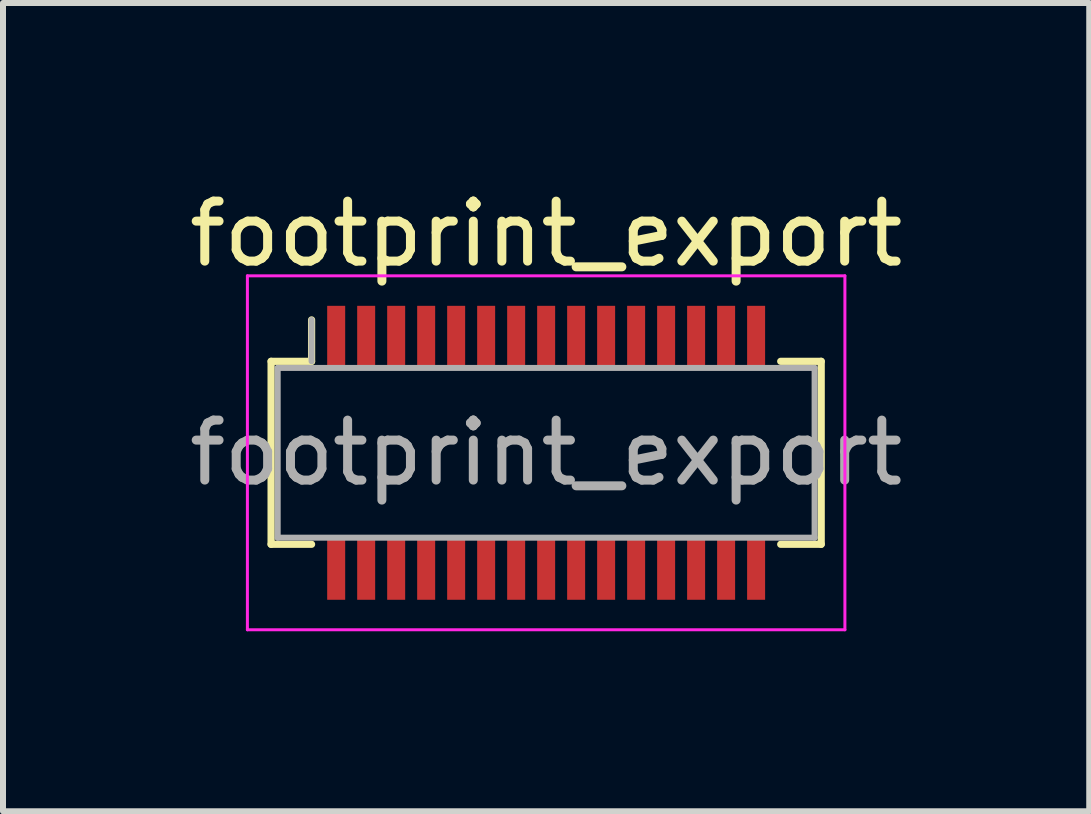
<source format=kicad_pcb>
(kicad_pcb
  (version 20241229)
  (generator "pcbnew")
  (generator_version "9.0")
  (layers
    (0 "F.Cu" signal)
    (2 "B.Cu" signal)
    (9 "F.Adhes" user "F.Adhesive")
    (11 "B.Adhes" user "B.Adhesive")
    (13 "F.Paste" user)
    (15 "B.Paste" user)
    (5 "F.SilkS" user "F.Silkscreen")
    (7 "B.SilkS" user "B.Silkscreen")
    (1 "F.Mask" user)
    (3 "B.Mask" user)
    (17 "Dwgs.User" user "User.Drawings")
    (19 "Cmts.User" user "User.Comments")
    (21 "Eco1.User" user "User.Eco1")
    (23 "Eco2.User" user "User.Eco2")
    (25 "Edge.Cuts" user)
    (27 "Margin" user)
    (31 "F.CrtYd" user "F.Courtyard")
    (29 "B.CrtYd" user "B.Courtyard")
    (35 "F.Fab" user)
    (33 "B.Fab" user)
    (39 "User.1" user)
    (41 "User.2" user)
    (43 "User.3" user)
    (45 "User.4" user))
  (footprint "footprint_export"
    (layer "F.Cu")
    (at 6.054 4.498)
    (property "Reference" "footprint_export" (at 0 -3.65 0) (layer "F.SilkS") (effects (font (size 1 1) (thickness 0.15))))
    (attr smd)
    (fp_line (start -4.585 -1.525) (end -3.91 -1.525) (stroke (width 0.12) (type solid)) (layer "F.SilkS"))
    (fp_line (start -4.585 1.525) (end -4.585 -1.525) (stroke (width 0.12) (type solid)) (layer "F.SilkS"))
    (fp_line (start -3.91 -1.525) (end -3.91 -2.215) (stroke (width 0.12) (type solid)) (layer "F.SilkS"))
    (fp_line (start -3.91 1.525) (end -4.585 1.525) (stroke (width 0.12) (type solid)) (layer "F.SilkS"))
    (fp_line (start 3.91 1.525) (end 4.585 1.525) (stroke (width 0.12) (type solid)) (layer "F.SilkS"))
    (fp_line (start 4.585 -1.525) (end 3.91 -1.525) (stroke (width 0.12) (type solid)) (layer "F.SilkS"))
    (fp_line (start 4.585 1.525) (end 4.585 -1.525) (stroke (width 0.12) (type solid)) (layer "F.SilkS"))
    (fp_line (start -4.98 -2.95) (end -4.98 2.95) (stroke (width 0.05) (type solid)) (layer "F.CrtYd"))
    (fp_line (start -4.98 2.95) (end 4.98 2.95) (stroke (width 0.05) (type solid)) (layer "F.CrtYd"))
    (fp_line (start 4.98 -2.95) (end -4.98 -2.95) (stroke (width 0.05) (type solid)) (layer "F.CrtYd"))
    (fp_line (start 4.98 2.95) (end 4.98 -2.95) (stroke (width 0.05) (type solid)) (layer "F.CrtYd"))
    (fp_line (start -4.475 -1.415) (end -4.475 1.415) (stroke (width 0.1) (type solid)) (layer "F.Fab"))
    (fp_line (start -4.475 1.415) (end 4.475 1.415) (stroke (width 0.1) (type solid)) (layer "F.Fab"))
    (fp_line (start -3.91 -1.525) (end -3.91 -2.215) (stroke (width 0.1) (type solid)) (layer "F.Fab"))
    (fp_line (start 4.475 -1.415) (end -4.475 -1.415) (stroke (width 0.1) (type solid)) (layer "F.Fab"))
    (fp_line (start 4.475 1.415) (end 4.475 -1.415) (stroke (width 0.1) (type solid)) (layer "F.Fab"))
    (fp_text user "${REFERENCE}" (at 0 0 0) (layer "F.Fab") (effects (font (size 1 1) (thickness 0.15))))
    (pad "1" smd rect (at -3.5 -1.95) (size 0.3 1) (layers "F.Cu" "F.Mask" "F.Paste"))
    (pad "2" smd rect (at -3.5 1.95) (size 0.3 1) (layers "F.Cu" "F.Mask" "F.Paste"))
    (pad "3" smd rect (at -3 -1.95) (size 0.3 1) (layers "F.Cu" "F.Mask" "F.Paste"))
    (pad "4" smd rect (at -3 1.95) (size 0.3 1) (layers "F.Cu" "F.Mask" "F.Paste"))
    (pad "5" smd rect (at -2.5 -1.95) (size 0.3 1) (layers "F.Cu" "F.Mask" "F.Paste"))
    (pad "6" smd rect (at -2.5 1.95) (size 0.3 1) (layers "F.Cu" "F.Mask" "F.Paste"))
    (pad "7" smd rect (at -2 -1.95) (size 0.3 1) (layers "F.Cu" "F.Mask" "F.Paste"))
    (pad "8" smd rect (at -2 1.95) (size 0.3 1) (layers "F.Cu" "F.Mask" "F.Paste"))
    (pad "9" smd rect (at -1.5 -1.95) (size 0.3 1) (layers "F.Cu" "F.Mask" "F.Paste"))
    (pad "10" smd rect (at -1.5 1.95) (size 0.3 1) (layers "F.Cu" "F.Mask" "F.Paste"))
    (pad "11" smd rect (at -1 -1.95) (size 0.3 1) (layers "F.Cu" "F.Mask" "F.Paste"))
    (pad "12" smd rect (at -1 1.95) (size 0.3 1) (layers "F.Cu" "F.Mask" "F.Paste"))
    (pad "13" smd rect (at -0.5 -1.95) (size 0.3 1) (layers "F.Cu" "F.Mask" "F.Paste"))
    (pad "14" smd rect (at -0.5 1.95) (size 0.3 1) (layers "F.Cu" "F.Mask" "F.Paste"))
    (pad "15" smd rect (at 0 -1.95) (size 0.3 1) (layers "F.Cu" "F.Mask" "F.Paste"))
    (pad "16" smd rect (at 0 1.95) (size 0.3 1) (layers "F.Cu" "F.Mask" "F.Paste"))
    (pad "17" smd rect (at 0.5 -1.95) (size 0.3 1) (layers "F.Cu" "F.Mask" "F.Paste"))
    (pad "18" smd rect (at 0.5 1.95) (size 0.3 1) (layers "F.Cu" "F.Mask" "F.Paste"))
    (pad "19" smd rect (at 1 -1.95) (size 0.3 1) (layers "F.Cu" "F.Mask" "F.Paste"))
    (pad "20" smd rect (at 1 1.95) (size 0.3 1) (layers "F.Cu" "F.Mask" "F.Paste"))
    (pad "21" smd rect (at 1.5 -1.95) (size 0.3 1) (layers "F.Cu" "F.Mask" "F.Paste"))
    (pad "22" smd rect (at 1.5 1.95) (size 0.3 1) (layers "F.Cu" "F.Mask" "F.Paste"))
    (pad "23" smd rect (at 2 -1.95) (size 0.3 1) (layers "F.Cu" "F.Mask" "F.Paste"))
    (pad "24" smd rect (at 2 1.95) (size 0.3 1) (layers "F.Cu" "F.Mask" "F.Paste"))
    (pad "25" smd rect (at 2.5 -1.95) (size 0.3 1) (layers "F.Cu" "F.Mask" "F.Paste"))
    (pad "26" smd rect (at 2.5 1.95) (size 0.3 1) (layers "F.Cu" "F.Mask" "F.Paste"))
    (pad "27" smd rect (at 3 -1.95) (size 0.3 1) (layers "F.Cu" "F.Mask" "F.Paste"))
    (pad "28" smd rect (at 3 1.95) (size 0.3 1) (layers "F.Cu" "F.Mask" "F.Paste"))
    (pad "29" smd rect (at 3.5 -1.95) (size 0.3 1) (layers "F.Cu" "F.Mask" "F.Paste"))
    (pad "30" smd rect (at 3.5 1.95) (size 0.3 1) (layers "F.Cu" "F.Mask" "F.Paste")))
  (gr_rect
    (start -3 -3)
    (end 15.107 10.473)
    (stroke (width 0.1) (type default))
    (fill no)
    (layer "Edge.Cuts")))
</source>
